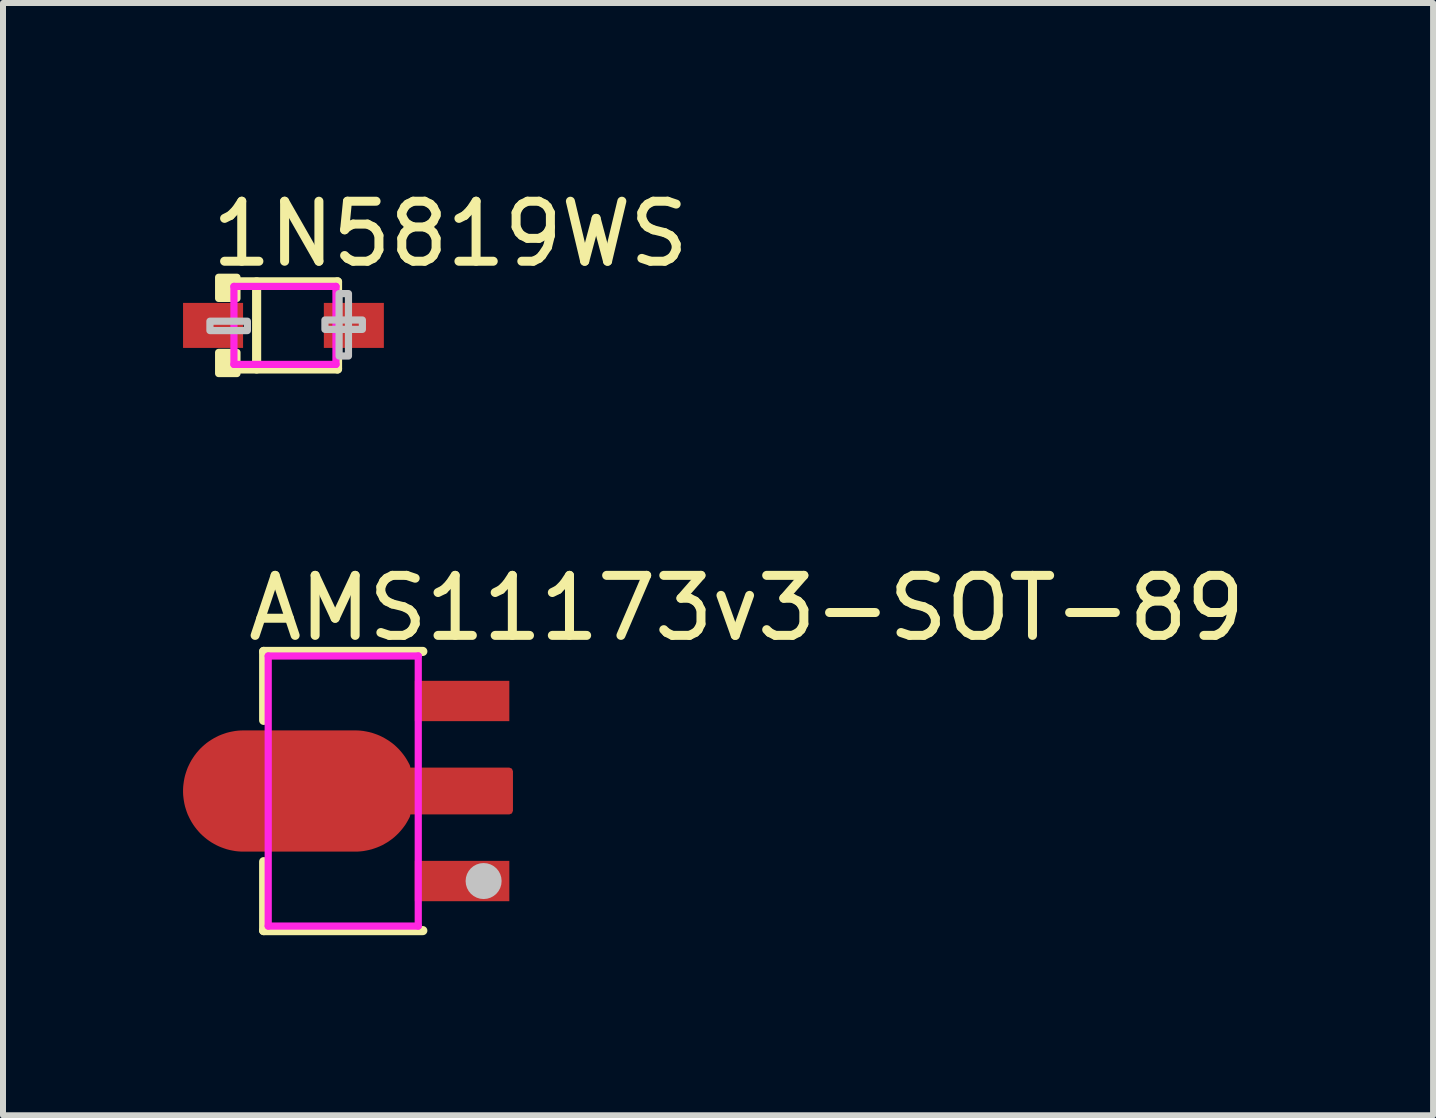
<source format=kicad_pcb>
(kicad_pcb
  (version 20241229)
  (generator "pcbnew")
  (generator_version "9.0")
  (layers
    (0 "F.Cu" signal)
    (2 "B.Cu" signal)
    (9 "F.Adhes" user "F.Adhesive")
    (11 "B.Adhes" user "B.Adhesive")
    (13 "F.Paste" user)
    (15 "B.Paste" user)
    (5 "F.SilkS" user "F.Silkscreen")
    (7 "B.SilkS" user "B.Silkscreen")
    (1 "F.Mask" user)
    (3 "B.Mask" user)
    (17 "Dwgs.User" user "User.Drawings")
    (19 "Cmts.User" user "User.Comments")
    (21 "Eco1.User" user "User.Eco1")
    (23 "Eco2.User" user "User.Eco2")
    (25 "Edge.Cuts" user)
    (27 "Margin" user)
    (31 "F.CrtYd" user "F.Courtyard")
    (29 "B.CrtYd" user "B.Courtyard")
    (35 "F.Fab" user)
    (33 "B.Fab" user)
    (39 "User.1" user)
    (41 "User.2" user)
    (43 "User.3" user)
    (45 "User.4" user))
  (footprint "AMS11173v3-SOT-89"
    (layer "F.Cu")
    (at 3.293 10.13)
    (property "Reference" "AMS11173v3-SOT-89" (at -2.286 -3.048 0) (layer "F.SilkS") (effects (font (size 1 1) (thickness 0.15)) (justify left)))
    (attr through_hole)
    (fp_line (start -1.95 -2.326) (end -1.95 -1.177) (stroke (width 0.152) (type solid)) (layer "F.SilkS"))
    (fp_line (start -1.95 2.326) (end -1.95 1.177) (stroke (width 0.152) (type solid)) (layer "F.SilkS"))
    (fp_line (start 0.702 -2.326) (end -1.95 -2.326) (stroke (width 0.152) (type solid)) (layer "F.SilkS"))
    (fp_line (start 0.702 2.326) (end -1.95 2.326) (stroke (width 0.152) (type solid)) (layer "F.SilkS"))
    (fp_circle (center 1.715 1.5) (end 1.865 1.5) (stroke (width 0.3) (type solid)) (fill no) (layer "Dwgs.User"))
    (fp_circle (center 1.724 2.25) (end 1.754 2.25) (stroke (width 0.06) (type solid)) (fill no) (layer "Eco2.User"))
    (fp_poly (pts (xy 0.624 -1.75) (xy 1.724 -1.75) (xy 1.724 -1.25) (xy 0.624 -1.25)) (stroke (width 0.12) (type solid)) (fill no) (layer "Eco2.User"))
    (fp_poly (pts (xy 0.624 1.25) (xy 1.724 1.25) (xy 1.724 1.75) (xy 0.624 1.75)) (stroke (width 0.12) (type solid)) (fill no) (layer "Eco2.User"))
    (fp_poly (pts (xy 0.439 0.26) (xy 1.724 0.26) (xy 1.724 -0.26) (xy 0.439 -0.26) (xy -0.136 -0.863) (xy -2 -0.863) (xy -2.471 -0.288) (xy -2.471 0.287) (xy -2 0.862) (xy -0.136 0.862)) (stroke (width 0.12) (type solid)) (fill no) (layer "Eco2.User"))
    (fp_line (start -1.874 -2.25) (end 0.626 -2.25) (stroke (width 0.12) (type solid)) (layer "F.CrtYd"))
    (fp_line (start -1.874 2.25) (end -1.874 -2.25) (stroke (width 0.12) (type solid)) (layer "F.CrtYd"))
    (fp_line (start 0.626 -2.25) (end 0.626 2.25) (stroke (width 0.12) (type solid)) (layer "F.CrtYd"))
    (fp_line (start 0.626 2.25) (end -1.874 2.25) (stroke (width 0.12) (type solid)) (layer "F.CrtYd"))
    (pad "1" smd rect (at 1.356 1.5) (size 1.575 0.672) (layers "F.Cu" "F.Mask" "F.Paste"))
    (pad "2" smd custom (at -1.356 0 90) (size 0.102 0.102) (layers "F.Cu" "F.Mask" "F.Paste") (options (anchor circle)) (primitives (gr_poly (pts (xy 0.95 -0.927) (xy 0.95 0.927) (xy 0.949 0.972) (xy 0.946 1.016) (xy 0.941 1.06) (xy 0.933 1.104) (xy 0.924 1.148) (xy 0.913 1.191) (xy 0.899 1.233) (xy 0.884 1.275) (xy 0.867 1.316) (xy 0.847 1.357) (xy 0.826 1.396) (xy 0.803 1.434) (xy 0.779 1.471) (xy 0.753 1.507) (xy 0.725 1.542) (xy 0.695 1.575) (xy 0.664 1.607) (xy 0.631 1.637) (xy 0.597 1.666) (xy 0.562 1.693) (xy 0.525 1.719) (xy 0.488 1.742) (xy 0.449 1.764) (xy 0.409 1.785) (xy 0.33 1.803) (xy 0.33 3.5) (xy -0.33 3.5) (xy -0.33 1.803) (xy -0.409 1.785) (xy -0.449 1.764) (xy -0.488 1.742) (xy -0.526 1.719) (xy -0.562 1.693) (xy -0.597 1.666) (xy -0.631 1.637) (xy -0.664 1.607) (xy -0.695 1.575) (xy -0.725 1.542) (xy -0.753 1.507) (xy -0.779 1.471) (xy -0.804 1.434) (xy -0.826 1.396) (xy -0.848 1.357) (xy -0.867 1.316) (xy -0.884 1.275) (xy -0.899 1.233) (xy -0.913 1.191) (xy -0.924 1.148) (xy -0.933 1.104) (xy -0.941 1.06) (xy -0.946 1.016) (xy -0.949 0.972) (xy -0.95 0.927) (xy -0.95 -0.927) (xy -0.949 -0.971) (xy -0.946 -1.016) (xy -0.941 -1.06) (xy -0.933 -1.104) (xy -0.924 -1.148) (xy -0.913 -1.191) (xy -0.899 -1.233) (xy -0.884 -1.275) (xy -0.867 -1.316) (xy -0.848 -1.356) (xy -0.826 -1.396) (xy -0.804 -1.434) (xy -0.779 -1.471) (xy -0.753 -1.507) (xy -0.725 -1.541) (xy -0.695 -1.575) (xy -0.664 -1.607) (xy -0.631 -1.637) (xy -0.597 -1.666) (xy -0.562 -1.693) (xy -0.526 -1.718) (xy -0.488 -1.742) (xy -0.449 -1.764) (xy -0.409 -1.784) (xy -0.369 -1.803) (xy -0.327 -1.819) (xy -0.285 -1.833) (xy -0.242 -1.846) (xy -0.199 -1.856) (xy -0.155 -1.864) (xy -0.111 -1.87) (xy -0.067 -1.875) (xy -0.022 -1.877) (xy 0.022 -1.877) (xy 0.067 -1.875) (xy 0.111 -1.87) (xy 0.155 -1.864) (xy 0.199 -1.856) (xy 0.242 -1.846) (xy 0.285 -1.833) (xy 0.327 -1.819) (xy 0.369 -1.803) (xy 0.409 -1.784) (xy 0.449 -1.764) (xy 0.488 -1.742) (xy 0.525 -1.718) (xy 0.562 -1.693) (xy 0.597 -1.666) (xy 0.631 -1.637) (xy 0.664 -1.607) (xy 0.695 -1.575) (xy 0.725 -1.541) (xy 0.753 -1.507) (xy 0.779 -1.471) (xy 0.803 -1.434) (xy 0.826 -1.396) (xy 0.847 -1.356) (xy 0.867 -1.316) (xy 0.884 -1.275) (xy 0.899 -1.233) (xy 0.913 -1.191) (xy 0.924 -1.148) (xy 0.933 -1.104) (xy 0.941 -1.06) (xy 0.946 -1.016) (xy 0.949 -0.971) (xy 0.95 -0.927)) (width 0.12) (fill yes))))
    (pad "3" smd rect (at 1.356 -1.5) (size 1.575 0.672) (layers "F.Cu" "F.Mask" "F.Paste")))
  (footprint "1N5819WS"
    (layer "F.Cu")
    (at 1.673 2.372)
    (property "Reference" "1N5819WS" (at -1.27 -1.524 0) (layer "F.SilkS") (effects (font (size 1 1) (thickness 0.15)) (justify left)))
    (attr through_hole)
    (fp_line (start -0.851 -0.726) (end 0.901 -0.726) (stroke (width 0.152) (type solid)) (layer "F.SilkS"))
    (fp_line (start -0.851 0.726) (end 0.901 0.726) (stroke (width 0.152) (type solid)) (layer "F.SilkS"))
    (fp_line (start -0.447 -0.726) (end -0.447 0.726) (stroke (width 0.152) (type solid)) (layer "F.SilkS"))
    (fp_line (start 0.901 -0.726) (end 0.901 -0.53) (stroke (width 0.152) (type solid)) (layer "F.SilkS"))
    (fp_line (start 0.901 0.726) (end 0.901 0.52) (stroke (width 0.152) (type solid)) (layer "F.SilkS"))
    (fp_poly (pts (xy -0.775 -0.802) (xy -0.775 -0.45) (xy -1.08 -0.45) (xy -1.08 -0.802)) (stroke (width 0.12) (type solid)) (fill yes) (layer "F.SilkS"))
    (fp_poly (pts (xy -0.775 0.802) (xy -0.775 0.45) (xy -1.08 0.45) (xy -1.08 0.802)) (stroke (width 0.12) (type solid)) (fill yes) (layer "F.SilkS"))
    (fp_poly (pts (xy -1.225 -0.07) (xy -1.225 0.086) (xy -0.601 0.086) (xy -0.601 -0.07)) (stroke (width 0.12) (type solid)) (fill no) (layer "Dwgs.User"))
    (fp_poly (pts (xy 1.083 -0.53) (xy 1.083 0.51) (xy 0.927 0.51) (xy 0.927 -0.53)) (stroke (width 0.12) (type solid)) (fill no) (layer "Dwgs.User"))
    (fp_poly (pts (xy 1.315 -0.09) (xy 1.315 0.066) (xy 0.691 0.066) (xy 0.691 -0.09)) (stroke (width 0.12) (type solid)) (fill no) (layer "Dwgs.User"))
    (fp_line (start -0.935 -0.16) (end -0.815 -0.16) (stroke (width 0.12) (type solid)) (layer "Eco2.User"))
    (fp_line (start -0.935 0.16) (end -0.935 -0.16) (stroke (width 0.12) (type solid)) (layer "Eco2.User"))
    (fp_line (start -0.815 -0.16) (end -0.815 0.16) (stroke (width 0.12) (type solid)) (layer "Eco2.User"))
    (fp_line (start -0.815 0.16) (end -0.935 0.16) (stroke (width 0.12) (type solid)) (layer "Eco2.User"))
    (fp_line (start 0.865 -0.16) (end 0.985 -0.16) (stroke (width 0.12) (type solid)) (layer "Eco2.User"))
    (fp_line (start 0.865 0.16) (end 0.865 -0.16) (stroke (width 0.12) (type solid)) (layer "Eco2.User"))
    (fp_line (start 0.985 -0.16) (end 0.985 0.16) (stroke (width 0.12) (type solid)) (layer "Eco2.User"))
    (fp_line (start 0.985 0.16) (end 0.865 0.16) (stroke (width 0.12) (type solid)) (layer "Eco2.User"))
    (fp_circle (center -1.225 0.65) (end -1.195 0.65) (stroke (width 0.06) (type solid)) (fill no) (layer "Eco2.User"))
    (fp_poly (pts (xy -0.925 -0.16) (xy -0.925 0.16) (xy -1.225 0.16) (xy -1.225 -0.16)) (stroke (width 0.12) (type solid)) (fill no) (layer "Eco2.User"))
    (fp_poly (pts (xy 1.275 -0.16) (xy 1.275 0.16) (xy 0.975 0.16) (xy 0.975 -0.16)) (stroke (width 0.12) (type solid)) (fill no) (layer "Eco2.User"))
    (fp_line (start -0.825 -0.65) (end 0.875 -0.65) (stroke (width 0.12) (type solid)) (layer "F.CrtYd"))
    (fp_line (start -0.825 0.65) (end -0.825 -0.65) (stroke (width 0.12) (type solid)) (layer "F.CrtYd"))
    (fp_line (start 0.875 -0.65) (end 0.875 0.65) (stroke (width 0.12) (type solid)) (layer "F.CrtYd"))
    (fp_line (start 0.875 0.65) (end -0.825 0.65) (stroke (width 0.12) (type solid)) (layer "F.CrtYd"))
    (pad "1" smd rect (at -1.173 0) (size 1 0.75) (layers "F.Cu" "F.Mask" "F.Paste"))
    (pad "2" smd rect (at 1.173 0) (size 1 0.75) (layers "F.Cu" "F.Mask" "F.Paste")))
  (gr_rect
    (start -3 -3)
    (end 20.828 15.533)
    (stroke (width 0.1) (type default))
    (fill no)
    (layer "Edge.Cuts")))
</source>
